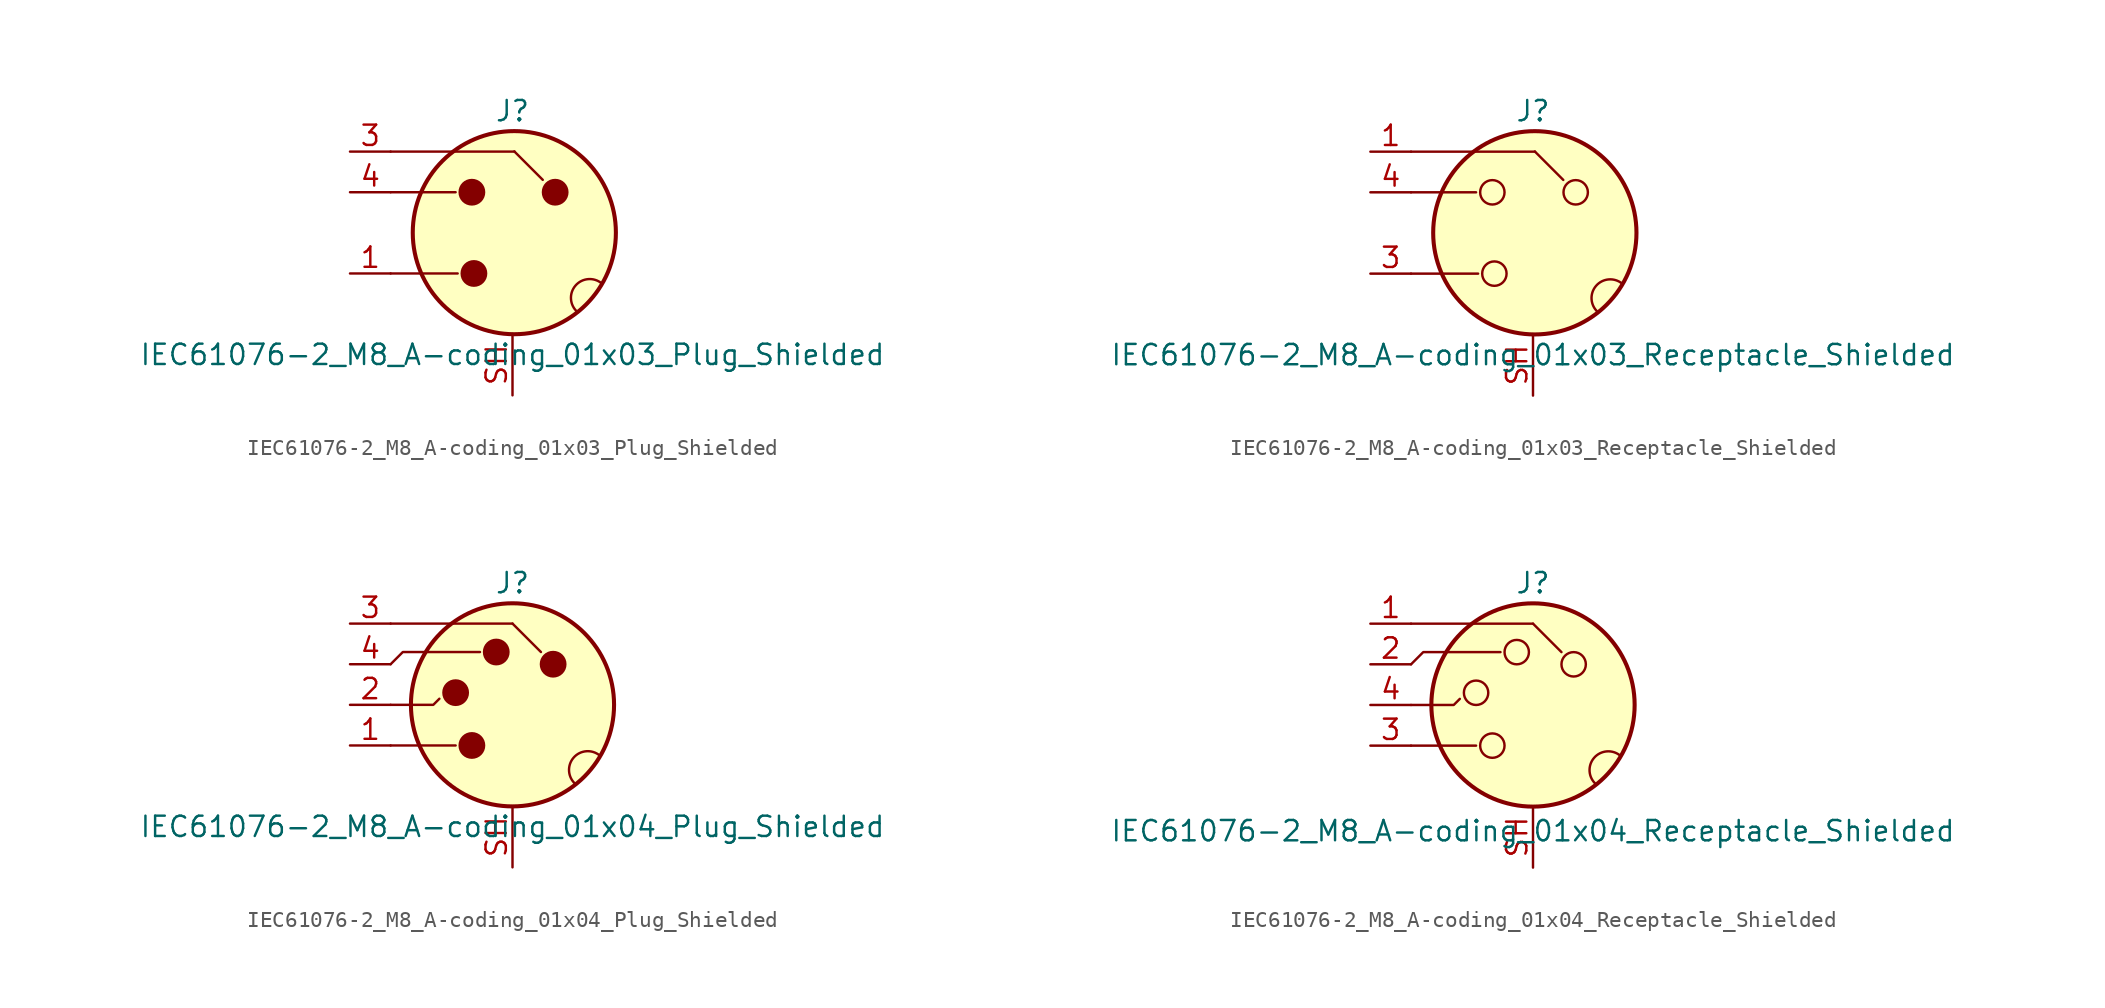
<source format=kicad_sym>
(kicad_symbol_lib
  (version 20220914)
  (generator kicad_symbol_editor)
  (symbol "IEC61076-2_M8_A-coding_01x03_Plug_Shielded"
    (property "Reference" "J"
      (at 0 7.62 0)
      (effects (font (size 1.27 1.27))))
    (property "Value" "IEC61076-2_M8_A-coding_01x03_Plug_Shielded"
      (at 0 -7.62 0)
      (effects (font (size 1.27 1.27))))
    (symbol "IEC61076-2_M8_A-coding_01x03_Plug_Shielded_0_1"
      (circle (center -2.54 2.54) (radius 0.762) (stroke (width 0) (type default)) (fill (type outline)))
      (circle (center -2.413 -2.54) (radius 0.762) (stroke (width 0) (type default)) (fill (type outline)))
      (polyline (pts (xy -7.62 -2.54) (xy -3.429 -2.54)) (stroke (width 0) (type default)) (fill (type none)))
      (polyline (pts (xy -3.556 2.54) (xy -7.62 2.54)) (stroke (width 0) (type default)) (fill (type none)))
      (polyline (pts (xy 0.114 5.091) (xy 1.892 3.313)) (stroke (width 0) (type default)) (fill (type none)))
      (polyline (pts (xy 0.127 5.08) (xy -7.62 5.08)) (stroke (width 0) (type default)) (fill (type none)))
      (circle (center 0.114 0.011) (radius 6.35) (stroke (width 0.254) (type default)) (fill (type background)))
      (circle (center 2.667 2.54) (radius 0.762) (stroke (width 0) (type default)) (fill (type outline)))
      (arc (start 5.5754 -3.1642) (mid 3.9369 -3.3019) (end 4.0514 -4.9422) (stroke (width 0) (type default)) (fill (type none))))
    (symbol "IEC61076-2_M8_A-coding_01x03_Plug_Shielded_1_1"
      (pin passive line (at -10.16 -2.54 0) (length 2.54) (name "~" (effects (font (size 1.27 1.27)))) (number "1" (effects (font (size 1.27 1.27)))))
      (pin passive line (at -10.16 5.08 0) (length 2.54) (name "~" (effects (font (size 1.27 1.27)))) (number "3" (effects (font (size 1.27 1.27)))))
      (pin passive line (at -10.16 2.54 0) (length 2.54) (name "~" (effects (font (size 1.27 1.27)))) (number "4" (effects (font (size 1.27 1.27)))))
      (pin passive line (at 0 -10.16 90) (length 3.81) (name "~" (effects (font (size 1.27 1.27)))) (number "SH" (effects (font (size 1.27 1.27)))))))
  (symbol "IEC61076-2_M8_A-coding_01x03_Receptacle_Shielded"
    (property "Reference" "J"
      (at 0 7.62 0)
      (effects (font (size 1.27 1.27))))
    (property "Value" "IEC61076-2_M8_A-coding_01x03_Receptacle_Shielded"
      (at 0 -7.62 0)
      (effects (font (size 1.27 1.27))))
    (symbol "IEC61076-2_M8_A-coding_01x03_Receptacle_Shielded_0_1"
      (circle (center -2.54 2.54) (radius 0.762) (stroke (width 0) (type default)) (fill (type none)))
      (circle (center -2.413 -2.54) (radius 0.762) (stroke (width 0) (type default)) (fill (type none)))
      (polyline (pts (xy -7.62 -2.54) (xy -3.429 -2.54)) (stroke (width 0) (type default)) (fill (type none)))
      (polyline (pts (xy -3.556 2.54) (xy -7.62 2.54)) (stroke (width 0) (type default)) (fill (type none)))
      (polyline (pts (xy 0.114 5.091) (xy 1.892 3.313)) (stroke (width 0) (type default)) (fill (type none)))
      (polyline (pts (xy 0.127 5.08) (xy -7.62 5.08)) (stroke (width 0) (type default)) (fill (type none)))
      (circle (center 0.114 0.011) (radius 6.35) (stroke (width 0.254) (type default)) (fill (type background)))
      (circle (center 2.667 2.54) (radius 0.762) (stroke (width 0) (type default)) (fill (type none)))
      (arc (start 5.5754 -3.1642) (mid 3.9369 -3.3019) (end 4.0514 -4.9422) (stroke (width 0) (type default)) (fill (type none))))
    (symbol "IEC61076-2_M8_A-coding_01x03_Receptacle_Shielded_1_1"
      (pin passive line (at -10.16 5.08 0) (length 2.54) (name "~" (effects (font (size 1.27 1.27)))) (number "1" (effects (font (size 1.27 1.27)))))
      (pin passive line (at -10.16 -2.54 0) (length 2.54) (name "~" (effects (font (size 1.27 1.27)))) (number "3" (effects (font (size 1.27 1.27)))))
      (pin passive line (at -10.16 2.54 0) (length 2.54) (name "~" (effects (font (size 1.27 1.27)))) (number "4" (effects (font (size 1.27 1.27)))))
      (pin passive line (at 0 -10.16 90) (length 3.81) (name "~" (effects (font (size 1.27 1.27)))) (number "SH" (effects (font (size 1.27 1.27)))))))
  (symbol "IEC61076-2_M8_A-coding_01x04_Plug_Shielded"
    (property "Reference" "J"
      (at 0 7.62 0)
      (effects (font (size 1.27 1.27))))
    (property "Value" "IEC61076-2_M8_A-coding_01x04_Plug_Shielded"
      (at 0 -7.62 0)
      (effects (font (size 1.27 1.27))))
    (symbol "IEC61076-2_M8_A-coding_01x04_Plug_Shielded_0_1"
      (circle (center -3.556 0.762) (radius 0.762) (stroke (width 0) (type default)) (fill (type outline)))
      (circle (center -2.54 -2.54) (radius 0.762) (stroke (width 0) (type default)) (fill (type outline)))
      (circle (center -1.016 3.302) (radius 0.762) (stroke (width 0) (type default)) (fill (type outline)))
      (polyline (pts (xy -7.62 -2.54) (xy -3.556 -2.54)) (stroke (width 0) (type default)) (fill (type none)))
      (polyline (pts (xy 0 5.08) (xy -7.62 5.08)) (stroke (width 0) (type default)) (fill (type none)))
      (polyline (pts (xy 0 5.08) (xy 1.778 3.302)) (stroke (width 0) (type default)) (fill (type none)))
      (polyline (pts (xy -7.62 0) (xy -4.953 0) (xy -4.572 0.381)) (stroke (width 0) (type default)) (fill (type none)))
      (polyline (pts (xy -2.032 3.302) (xy -6.858 3.302) (xy -7.62 2.54)) (stroke (width 0) (type default)) (fill (type none)))
      (circle (center 0 0) (radius 6.35) (stroke (width 0.254) (type default)) (fill (type background)))
      (circle (center 2.54 2.54) (radius 0.762) (stroke (width 0) (type default)) (fill (type outline)))
      (arc (start 5.461 -3.175) (mid 3.8225 -3.3127) (end 3.937 -4.953) (stroke (width 0) (type default)) (fill (type none))))
    (symbol "IEC61076-2_M8_A-coding_01x04_Plug_Shielded_1_1"
      (pin passive line (at -10.16 -2.54 0) (length 2.54) (name "~" (effects (font (size 1.27 1.27)))) (number "1" (effects (font (size 1.27 1.27)))))
      (pin passive line (at -10.16 0 0) (length 2.54) (name "~" (effects (font (size 1.27 1.27)))) (number "2" (effects (font (size 1.27 1.27)))))
      (pin passive line (at -10.16 5.08 0) (length 2.54) (name "~" (effects (font (size 1.27 1.27)))) (number "3" (effects (font (size 1.27 1.27)))))
      (pin passive line (at -10.16 2.54 0) (length 2.54) (name "~" (effects (font (size 1.27 1.27)))) (number "4" (effects (font (size 1.27 1.27)))))
      (pin passive line (at 0 -10.16 90) (length 3.81) (name "~" (effects (font (size 1.27 1.27)))) (number "SH" (effects (font (size 1.27 1.27)))))))
  (symbol "IEC61076-2_M8_A-coding_01x04_Receptacle_Shielded"
    (property "Reference" "J"
      (at 0 7.62 0)
      (effects (font (size 1.27 1.27))))
    (property "Value" "IEC61076-2_M8_A-coding_01x04_Receptacle_Shielded"
      (at 0 -7.874 0)
      (effects (font (size 1.27 1.27))))
    (symbol "IEC61076-2_M8_A-coding_01x04_Receptacle_Shielded_0_1"
      (circle (center -3.556 0.762) (radius 0.762) (stroke (width 0) (type default)) (fill (type none)))
      (circle (center -2.54 -2.54) (radius 0.762) (stroke (width 0) (type default)) (fill (type none)))
      (circle (center -1.016 3.302) (radius 0.762) (stroke (width 0) (type default)) (fill (type none)))
      (polyline (pts (xy -7.62 -2.54) (xy -3.556 -2.54)) (stroke (width 0) (type default)) (fill (type none)))
      (polyline (pts (xy 0 5.08) (xy -7.62 5.08)) (stroke (width 0) (type default)) (fill (type none)))
      (polyline (pts (xy 0 5.08) (xy 1.778 3.302)) (stroke (width 0) (type default)) (fill (type none)))
      (polyline (pts (xy -7.62 0) (xy -4.953 0) (xy -4.572 0.381)) (stroke (width 0) (type default)) (fill (type none)))
      (polyline (pts (xy -2.032 3.302) (xy -6.858 3.302) (xy -7.62 2.54)) (stroke (width 0) (type default)) (fill (type none)))
      (circle (center 0 0) (radius 6.35) (stroke (width 0.254) (type default)) (fill (type background)))
      (circle (center 2.54 2.54) (radius 0.762) (stroke (width 0) (type default)) (fill (type none)))
      (arc (start 5.461 -3.175) (mid 3.8225 -3.3127) (end 3.937 -4.953) (stroke (width 0) (type default)) (fill (type none))))
    (symbol "IEC61076-2_M8_A-coding_01x04_Receptacle_Shielded_1_1"
      (pin passive line (at -10.16 5.08 0) (length 2.54) (name "~" (effects (font (size 1.27 1.27)))) (number "1" (effects (font (size 1.27 1.27)))))
      (pin passive line (at -10.16 2.54 0) (length 2.54) (name "~" (effects (font (size 1.27 1.27)))) (number "2" (effects (font (size 1.27 1.27)))))
      (pin passive line (at -10.16 -2.54 0) (length 2.54) (name "~" (effects (font (size 1.27 1.27)))) (number "3" (effects (font (size 1.27 1.27)))))
      (pin passive line (at -10.16 0 0) (length 2.54) (name "~" (effects (font (size 1.27 1.27)))) (number "4" (effects (font (size 1.27 1.27)))))
      (pin passive line (at 0 -10.16 90) (length 3.81) (name "~" (effects (font (size 1.27 1.27)))) (number "SH" (effects (font (size 1.27 1.27))))))))
</source>
